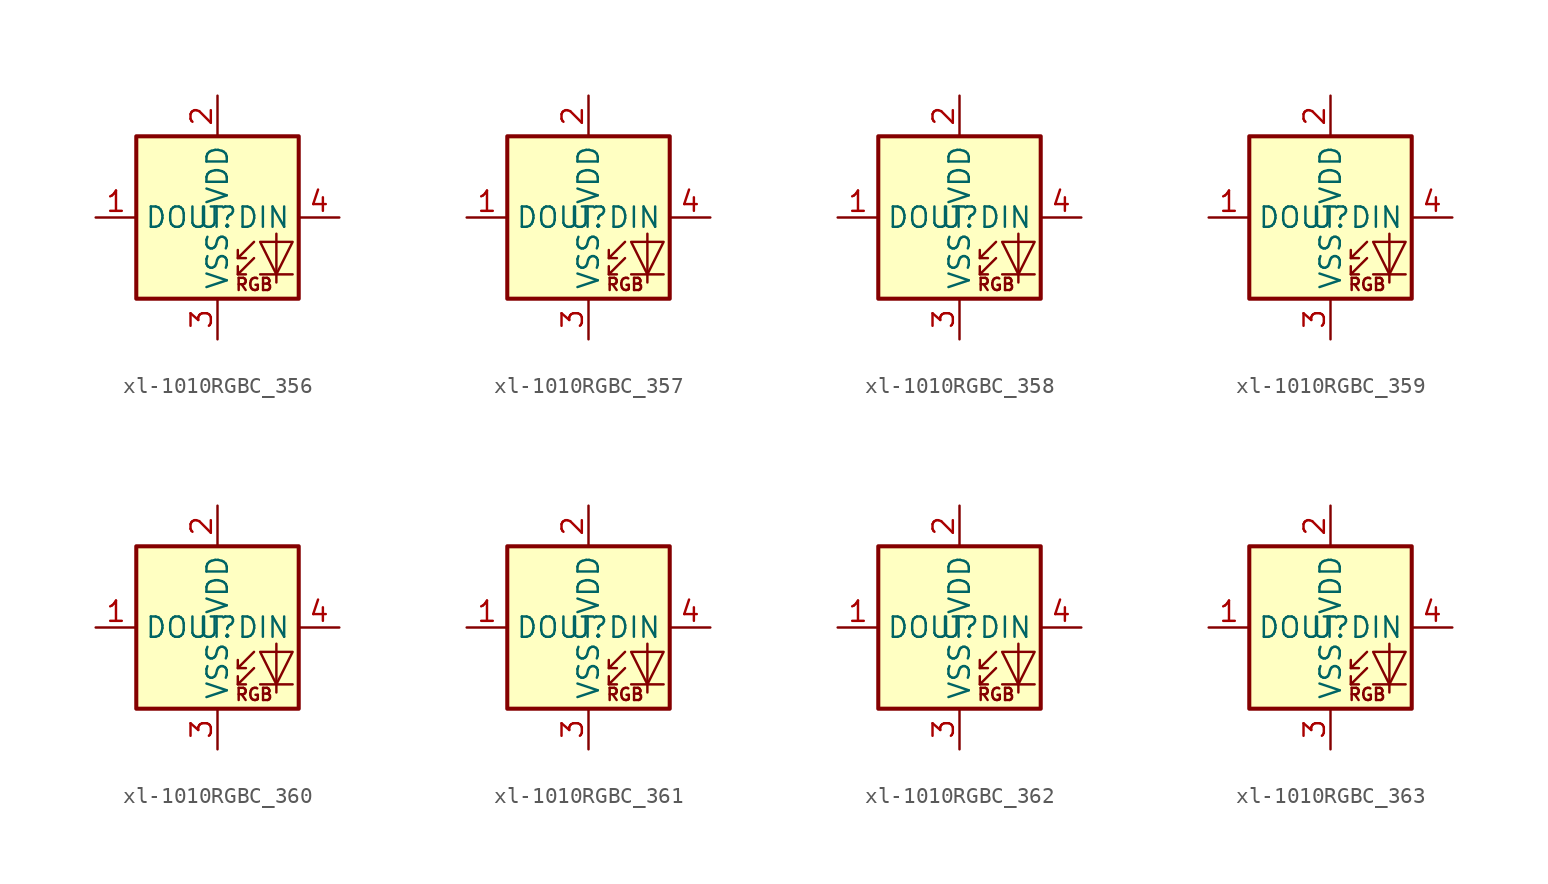
<source format=kicad_sym>
(kicad_symbol_lib
  (version 20231120)
  (generator "kicad_symbol_editor")
  (generator_version "8.0")
  (symbol "xl-1010RGBC_356"
    (property "Reference" "U"
      (at 0 0 0)
      (effects (font (size 1.27 1.27))))
    (property "Value" ""
      (at 0 0 0)
      (effects (font (size 1.27 1.27))))
    (symbol "xl-1010RGBC_356_0_0"
      (text "RGB" (at 2.286 -4.191 0) (effects (font (size 0.762 0.762)))))
    (symbol "xl-1010RGBC_356_0_1"
      (polyline (pts (xy 1.27 -3.556) (xy 1.778 -3.556)) (stroke (width 0) (type default)) (fill (type none)))
      (polyline (pts (xy 1.27 -2.54) (xy 1.778 -2.54)) (stroke (width 0) (type default)) (fill (type none)))
      (polyline (pts (xy 4.699 -3.556) (xy 2.667 -3.556)) (stroke (width 0) (type default)) (fill (type none)))
      (polyline (pts (xy 2.286 -2.54) (xy 1.27 -3.556) (xy 1.27 -3.048)) (stroke (width 0) (type default)) (fill (type none)))
      (polyline (pts (xy 2.286 -1.524) (xy 1.27 -2.54) (xy 1.27 -2.032)) (stroke (width 0) (type default)) (fill (type none)))
      (polyline (pts (xy 3.683 -1.016) (xy 3.683 -3.556) (xy 3.683 -4.064)) (stroke (width 0) (type default)) (fill (type none)))
      (polyline (pts (xy 4.699 -1.524) (xy 2.667 -1.524) (xy 3.683 -3.556) (xy 4.699 -1.524)) (stroke (width 0) (type default)) (fill (type none)))
      (rectangle (start 5.08 5.08) (end -5.08 -5.08) (stroke (width 0.254) (type default)) (fill (type background))))
    (symbol "xl-1010RGBC_356_1_1"
      (pin output line (at -7.62 0 0) (length 2.54) (name "DOUT" (effects (font (size 1.27 1.27)))) (number "1" (effects (font (size 1.27 1.27)))))
      (pin power_in line (at 0 7.62 270) (length 2.54) (name "VDD" (effects (font (size 1.27 1.27)))) (number "2" (effects (font (size 1.27 1.27)))))
      (pin power_in line (at 0 -7.62 90) (length 2.54) (name "VSS" (effects (font (size 1.27 1.27)))) (number "3" (effects (font (size 1.27 1.27)))))
      (pin input line (at 7.62 0 180) (length 2.54) (name "DIN" (effects (font (size 1.27 1.27)))) (number "4" (effects (font (size 1.27 1.27)))))))
  (symbol "xl-1010RGBC_357"
    (property "Reference" "U"
      (at 0 0 0)
      (effects (font (size 1.27 1.27))))
    (property "Value" ""
      (at 0 0 0)
      (effects (font (size 1.27 1.27))))
    (symbol "xl-1010RGBC_357_0_0"
      (text "RGB" (at 2.286 -4.191 0) (effects (font (size 0.762 0.762)))))
    (symbol "xl-1010RGBC_357_0_1"
      (polyline (pts (xy 1.27 -3.556) (xy 1.778 -3.556)) (stroke (width 0) (type default)) (fill (type none)))
      (polyline (pts (xy 1.27 -2.54) (xy 1.778 -2.54)) (stroke (width 0) (type default)) (fill (type none)))
      (polyline (pts (xy 4.699 -3.556) (xy 2.667 -3.556)) (stroke (width 0) (type default)) (fill (type none)))
      (polyline (pts (xy 2.286 -2.54) (xy 1.27 -3.556) (xy 1.27 -3.048)) (stroke (width 0) (type default)) (fill (type none)))
      (polyline (pts (xy 2.286 -1.524) (xy 1.27 -2.54) (xy 1.27 -2.032)) (stroke (width 0) (type default)) (fill (type none)))
      (polyline (pts (xy 3.683 -1.016) (xy 3.683 -3.556) (xy 3.683 -4.064)) (stroke (width 0) (type default)) (fill (type none)))
      (polyline (pts (xy 4.699 -1.524) (xy 2.667 -1.524) (xy 3.683 -3.556) (xy 4.699 -1.524)) (stroke (width 0) (type default)) (fill (type none)))
      (rectangle (start 5.08 5.08) (end -5.08 -5.08) (stroke (width 0.254) (type default)) (fill (type background))))
    (symbol "xl-1010RGBC_357_1_1"
      (pin output line (at -7.62 0 0) (length 2.54) (name "DOUT" (effects (font (size 1.27 1.27)))) (number "1" (effects (font (size 1.27 1.27)))))
      (pin power_in line (at 0 7.62 270) (length 2.54) (name "VDD" (effects (font (size 1.27 1.27)))) (number "2" (effects (font (size 1.27 1.27)))))
      (pin power_in line (at 0 -7.62 90) (length 2.54) (name "VSS" (effects (font (size 1.27 1.27)))) (number "3" (effects (font (size 1.27 1.27)))))
      (pin input line (at 7.62 0 180) (length 2.54) (name "DIN" (effects (font (size 1.27 1.27)))) (number "4" (effects (font (size 1.27 1.27)))))))
  (symbol "xl-1010RGBC_358"
    (property "Reference" "U"
      (at 0 0 0)
      (effects (font (size 1.27 1.27))))
    (property "Value" ""
      (at 0 0 0)
      (effects (font (size 1.27 1.27))))
    (symbol "xl-1010RGBC_358_0_0"
      (text "RGB" (at 2.286 -4.191 0) (effects (font (size 0.762 0.762)))))
    (symbol "xl-1010RGBC_358_0_1"
      (polyline (pts (xy 1.27 -3.556) (xy 1.778 -3.556)) (stroke (width 0) (type default)) (fill (type none)))
      (polyline (pts (xy 1.27 -2.54) (xy 1.778 -2.54)) (stroke (width 0) (type default)) (fill (type none)))
      (polyline (pts (xy 4.699 -3.556) (xy 2.667 -3.556)) (stroke (width 0) (type default)) (fill (type none)))
      (polyline (pts (xy 2.286 -2.54) (xy 1.27 -3.556) (xy 1.27 -3.048)) (stroke (width 0) (type default)) (fill (type none)))
      (polyline (pts (xy 2.286 -1.524) (xy 1.27 -2.54) (xy 1.27 -2.032)) (stroke (width 0) (type default)) (fill (type none)))
      (polyline (pts (xy 3.683 -1.016) (xy 3.683 -3.556) (xy 3.683 -4.064)) (stroke (width 0) (type default)) (fill (type none)))
      (polyline (pts (xy 4.699 -1.524) (xy 2.667 -1.524) (xy 3.683 -3.556) (xy 4.699 -1.524)) (stroke (width 0) (type default)) (fill (type none)))
      (rectangle (start 5.08 5.08) (end -5.08 -5.08) (stroke (width 0.254) (type default)) (fill (type background))))
    (symbol "xl-1010RGBC_358_1_1"
      (pin output line (at -7.62 0 0) (length 2.54) (name "DOUT" (effects (font (size 1.27 1.27)))) (number "1" (effects (font (size 1.27 1.27)))))
      (pin power_in line (at 0 7.62 270) (length 2.54) (name "VDD" (effects (font (size 1.27 1.27)))) (number "2" (effects (font (size 1.27 1.27)))))
      (pin power_in line (at 0 -7.62 90) (length 2.54) (name "VSS" (effects (font (size 1.27 1.27)))) (number "3" (effects (font (size 1.27 1.27)))))
      (pin input line (at 7.62 0 180) (length 2.54) (name "DIN" (effects (font (size 1.27 1.27)))) (number "4" (effects (font (size 1.27 1.27)))))))
  (symbol "xl-1010RGBC_359"
    (property "Reference" "U"
      (at 0 0 0)
      (effects (font (size 1.27 1.27))))
    (property "Value" ""
      (at 0 0 0)
      (effects (font (size 1.27 1.27))))
    (symbol "xl-1010RGBC_359_0_0"
      (text "RGB" (at 2.286 -4.191 0) (effects (font (size 0.762 0.762)))))
    (symbol "xl-1010RGBC_359_0_1"
      (polyline (pts (xy 1.27 -3.556) (xy 1.778 -3.556)) (stroke (width 0) (type default)) (fill (type none)))
      (polyline (pts (xy 1.27 -2.54) (xy 1.778 -2.54)) (stroke (width 0) (type default)) (fill (type none)))
      (polyline (pts (xy 4.699 -3.556) (xy 2.667 -3.556)) (stroke (width 0) (type default)) (fill (type none)))
      (polyline (pts (xy 2.286 -2.54) (xy 1.27 -3.556) (xy 1.27 -3.048)) (stroke (width 0) (type default)) (fill (type none)))
      (polyline (pts (xy 2.286 -1.524) (xy 1.27 -2.54) (xy 1.27 -2.032)) (stroke (width 0) (type default)) (fill (type none)))
      (polyline (pts (xy 3.683 -1.016) (xy 3.683 -3.556) (xy 3.683 -4.064)) (stroke (width 0) (type default)) (fill (type none)))
      (polyline (pts (xy 4.699 -1.524) (xy 2.667 -1.524) (xy 3.683 -3.556) (xy 4.699 -1.524)) (stroke (width 0) (type default)) (fill (type none)))
      (rectangle (start 5.08 5.08) (end -5.08 -5.08) (stroke (width 0.254) (type default)) (fill (type background))))
    (symbol "xl-1010RGBC_359_1_1"
      (pin output line (at -7.62 0 0) (length 2.54) (name "DOUT" (effects (font (size 1.27 1.27)))) (number "1" (effects (font (size 1.27 1.27)))))
      (pin power_in line (at 0 7.62 270) (length 2.54) (name "VDD" (effects (font (size 1.27 1.27)))) (number "2" (effects (font (size 1.27 1.27)))))
      (pin power_in line (at 0 -7.62 90) (length 2.54) (name "VSS" (effects (font (size 1.27 1.27)))) (number "3" (effects (font (size 1.27 1.27)))))
      (pin input line (at 7.62 0 180) (length 2.54) (name "DIN" (effects (font (size 1.27 1.27)))) (number "4" (effects (font (size 1.27 1.27)))))))
  (symbol "xl-1010RGBC_360"
    (property "Reference" "U"
      (at 0 0 0)
      (effects (font (size 1.27 1.27))))
    (property "Value" ""
      (at 0 0 0)
      (effects (font (size 1.27 1.27))))
    (symbol "xl-1010RGBC_360_0_0"
      (text "RGB" (at 2.286 -4.191 0) (effects (font (size 0.762 0.762)))))
    (symbol "xl-1010RGBC_360_0_1"
      (polyline (pts (xy 1.27 -3.556) (xy 1.778 -3.556)) (stroke (width 0) (type default)) (fill (type none)))
      (polyline (pts (xy 1.27 -2.54) (xy 1.778 -2.54)) (stroke (width 0) (type default)) (fill (type none)))
      (polyline (pts (xy 4.699 -3.556) (xy 2.667 -3.556)) (stroke (width 0) (type default)) (fill (type none)))
      (polyline (pts (xy 2.286 -2.54) (xy 1.27 -3.556) (xy 1.27 -3.048)) (stroke (width 0) (type default)) (fill (type none)))
      (polyline (pts (xy 2.286 -1.524) (xy 1.27 -2.54) (xy 1.27 -2.032)) (stroke (width 0) (type default)) (fill (type none)))
      (polyline (pts (xy 3.683 -1.016) (xy 3.683 -3.556) (xy 3.683 -4.064)) (stroke (width 0) (type default)) (fill (type none)))
      (polyline (pts (xy 4.699 -1.524) (xy 2.667 -1.524) (xy 3.683 -3.556) (xy 4.699 -1.524)) (stroke (width 0) (type default)) (fill (type none)))
      (rectangle (start 5.08 5.08) (end -5.08 -5.08) (stroke (width 0.254) (type default)) (fill (type background))))
    (symbol "xl-1010RGBC_360_1_1"
      (pin output line (at -7.62 0 0) (length 2.54) (name "DOUT" (effects (font (size 1.27 1.27)))) (number "1" (effects (font (size 1.27 1.27)))))
      (pin power_in line (at 0 7.62 270) (length 2.54) (name "VDD" (effects (font (size 1.27 1.27)))) (number "2" (effects (font (size 1.27 1.27)))))
      (pin power_in line (at 0 -7.62 90) (length 2.54) (name "VSS" (effects (font (size 1.27 1.27)))) (number "3" (effects (font (size 1.27 1.27)))))
      (pin input line (at 7.62 0 180) (length 2.54) (name "DIN" (effects (font (size 1.27 1.27)))) (number "4" (effects (font (size 1.27 1.27)))))))
  (symbol "xl-1010RGBC_361"
    (property "Reference" "U"
      (at 0 0 0)
      (effects (font (size 1.27 1.27))))
    (property "Value" ""
      (at 0 0 0)
      (effects (font (size 1.27 1.27))))
    (symbol "xl-1010RGBC_361_0_0"
      (text "RGB" (at 2.286 -4.191 0) (effects (font (size 0.762 0.762)))))
    (symbol "xl-1010RGBC_361_0_1"
      (polyline (pts (xy 1.27 -3.556) (xy 1.778 -3.556)) (stroke (width 0) (type default)) (fill (type none)))
      (polyline (pts (xy 1.27 -2.54) (xy 1.778 -2.54)) (stroke (width 0) (type default)) (fill (type none)))
      (polyline (pts (xy 4.699 -3.556) (xy 2.667 -3.556)) (stroke (width 0) (type default)) (fill (type none)))
      (polyline (pts (xy 2.286 -2.54) (xy 1.27 -3.556) (xy 1.27 -3.048)) (stroke (width 0) (type default)) (fill (type none)))
      (polyline (pts (xy 2.286 -1.524) (xy 1.27 -2.54) (xy 1.27 -2.032)) (stroke (width 0) (type default)) (fill (type none)))
      (polyline (pts (xy 3.683 -1.016) (xy 3.683 -3.556) (xy 3.683 -4.064)) (stroke (width 0) (type default)) (fill (type none)))
      (polyline (pts (xy 4.699 -1.524) (xy 2.667 -1.524) (xy 3.683 -3.556) (xy 4.699 -1.524)) (stroke (width 0) (type default)) (fill (type none)))
      (rectangle (start 5.08 5.08) (end -5.08 -5.08) (stroke (width 0.254) (type default)) (fill (type background))))
    (symbol "xl-1010RGBC_361_1_1"
      (pin output line (at -7.62 0 0) (length 2.54) (name "DOUT" (effects (font (size 1.27 1.27)))) (number "1" (effects (font (size 1.27 1.27)))))
      (pin power_in line (at 0 7.62 270) (length 2.54) (name "VDD" (effects (font (size 1.27 1.27)))) (number "2" (effects (font (size 1.27 1.27)))))
      (pin power_in line (at 0 -7.62 90) (length 2.54) (name "VSS" (effects (font (size 1.27 1.27)))) (number "3" (effects (font (size 1.27 1.27)))))
      (pin input line (at 7.62 0 180) (length 2.54) (name "DIN" (effects (font (size 1.27 1.27)))) (number "4" (effects (font (size 1.27 1.27)))))))
  (symbol "xl-1010RGBC_362"
    (property "Reference" "U"
      (at 0 0 0)
      (effects (font (size 1.27 1.27))))
    (property "Value" ""
      (at 0 0 0)
      (effects (font (size 1.27 1.27))))
    (symbol "xl-1010RGBC_362_0_0"
      (text "RGB" (at 2.286 -4.191 0) (effects (font (size 0.762 0.762)))))
    (symbol "xl-1010RGBC_362_0_1"
      (polyline (pts (xy 1.27 -3.556) (xy 1.778 -3.556)) (stroke (width 0) (type default)) (fill (type none)))
      (polyline (pts (xy 1.27 -2.54) (xy 1.778 -2.54)) (stroke (width 0) (type default)) (fill (type none)))
      (polyline (pts (xy 4.699 -3.556) (xy 2.667 -3.556)) (stroke (width 0) (type default)) (fill (type none)))
      (polyline (pts (xy 2.286 -2.54) (xy 1.27 -3.556) (xy 1.27 -3.048)) (stroke (width 0) (type default)) (fill (type none)))
      (polyline (pts (xy 2.286 -1.524) (xy 1.27 -2.54) (xy 1.27 -2.032)) (stroke (width 0) (type default)) (fill (type none)))
      (polyline (pts (xy 3.683 -1.016) (xy 3.683 -3.556) (xy 3.683 -4.064)) (stroke (width 0) (type default)) (fill (type none)))
      (polyline (pts (xy 4.699 -1.524) (xy 2.667 -1.524) (xy 3.683 -3.556) (xy 4.699 -1.524)) (stroke (width 0) (type default)) (fill (type none)))
      (rectangle (start 5.08 5.08) (end -5.08 -5.08) (stroke (width 0.254) (type default)) (fill (type background))))
    (symbol "xl-1010RGBC_362_1_1"
      (pin output line (at -7.62 0 0) (length 2.54) (name "DOUT" (effects (font (size 1.27 1.27)))) (number "1" (effects (font (size 1.27 1.27)))))
      (pin power_in line (at 0 7.62 270) (length 2.54) (name "VDD" (effects (font (size 1.27 1.27)))) (number "2" (effects (font (size 1.27 1.27)))))
      (pin power_in line (at 0 -7.62 90) (length 2.54) (name "VSS" (effects (font (size 1.27 1.27)))) (number "3" (effects (font (size 1.27 1.27)))))
      (pin input line (at 7.62 0 180) (length 2.54) (name "DIN" (effects (font (size 1.27 1.27)))) (number "4" (effects (font (size 1.27 1.27)))))))
  (symbol "xl-1010RGBC_363"
    (property "Reference" "U"
      (at 0 0 0)
      (effects (font (size 1.27 1.27))))
    (property "Value" ""
      (at 0 0 0)
      (effects (font (size 1.27 1.27))))
    (symbol "xl-1010RGBC_363_0_0"
      (text "RGB" (at 2.286 -4.191 0) (effects (font (size 0.762 0.762)))))
    (symbol "xl-1010RGBC_363_0_1"
      (polyline (pts (xy 1.27 -3.556) (xy 1.778 -3.556)) (stroke (width 0) (type default)) (fill (type none)))
      (polyline (pts (xy 1.27 -2.54) (xy 1.778 -2.54)) (stroke (width 0) (type default)) (fill (type none)))
      (polyline (pts (xy 4.699 -3.556) (xy 2.667 -3.556)) (stroke (width 0) (type default)) (fill (type none)))
      (polyline (pts (xy 2.286 -2.54) (xy 1.27 -3.556) (xy 1.27 -3.048)) (stroke (width 0) (type default)) (fill (type none)))
      (polyline (pts (xy 2.286 -1.524) (xy 1.27 -2.54) (xy 1.27 -2.032)) (stroke (width 0) (type default)) (fill (type none)))
      (polyline (pts (xy 3.683 -1.016) (xy 3.683 -3.556) (xy 3.683 -4.064)) (stroke (width 0) (type default)) (fill (type none)))
      (polyline (pts (xy 4.699 -1.524) (xy 2.667 -1.524) (xy 3.683 -3.556) (xy 4.699 -1.524)) (stroke (width 0) (type default)) (fill (type none)))
      (rectangle (start 5.08 5.08) (end -5.08 -5.08) (stroke (width 0.254) (type default)) (fill (type background))))
    (symbol "xl-1010RGBC_363_1_1"
      (pin output line (at -7.62 0 0) (length 2.54) (name "DOUT" (effects (font (size 1.27 1.27)))) (number "1" (effects (font (size 1.27 1.27)))))
      (pin power_in line (at 0 7.62 270) (length 2.54) (name "VDD" (effects (font (size 1.27 1.27)))) (number "2" (effects (font (size 1.27 1.27)))))
      (pin power_in line (at 0 -7.62 90) (length 2.54) (name "VSS" (effects (font (size 1.27 1.27)))) (number "3" (effects (font (size 1.27 1.27)))))
      (pin input line (at 7.62 0 180) (length 2.54) (name "DIN" (effects (font (size 1.27 1.27)))) (number "4" (effects (font (size 1.27 1.27))))))))
</source>
